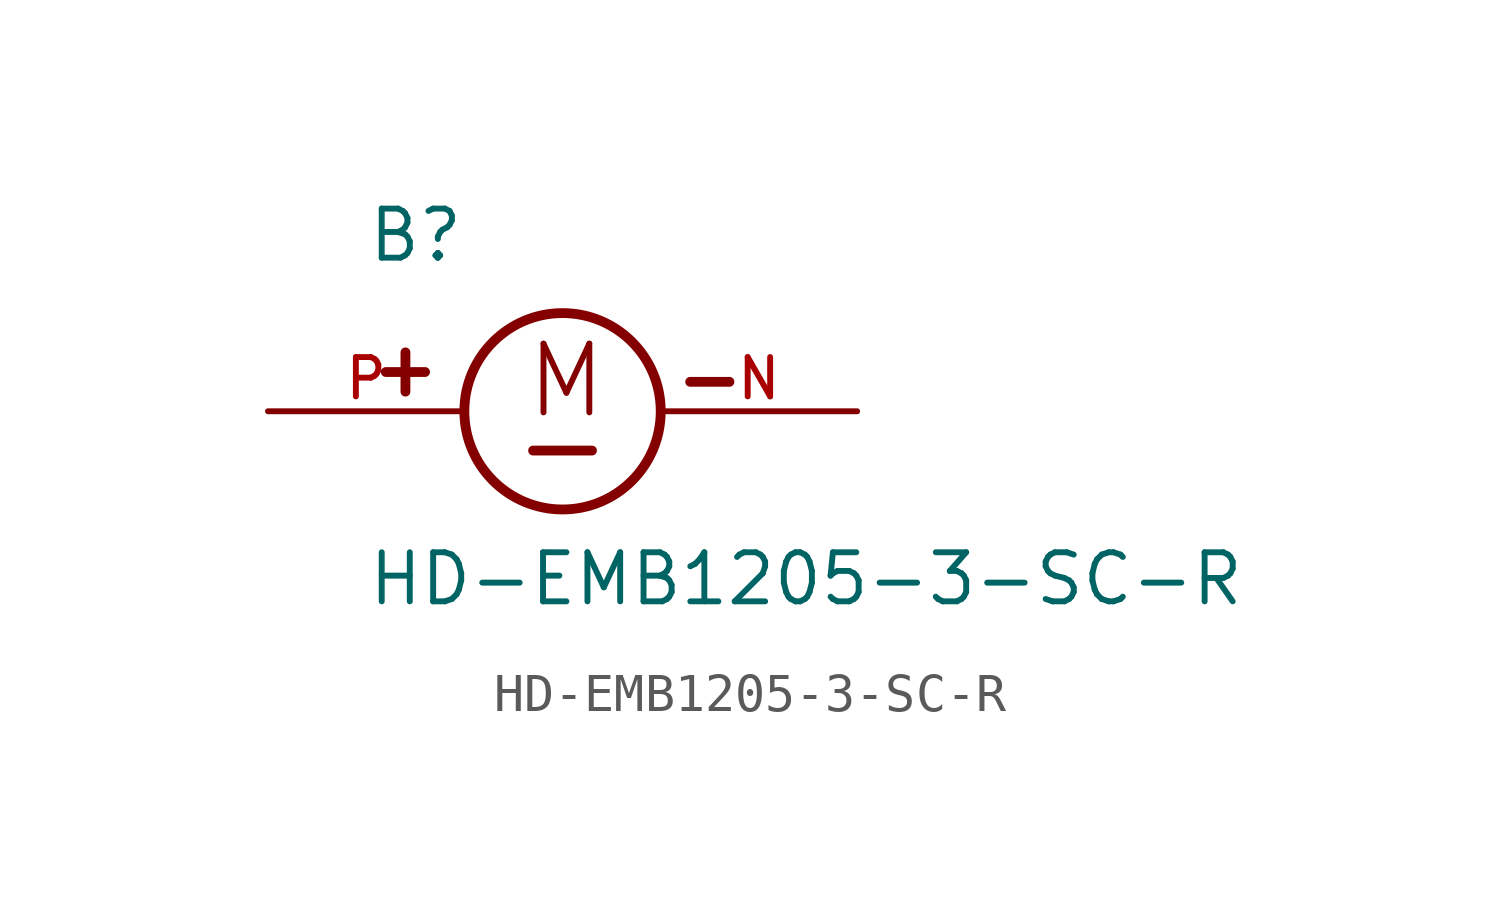
<source format=kicad_sym>
(kicad_symbol_lib
  (version 20211014)
  (generator kicad_symbol_editor)
  (symbol "HD-EMB1205-3-SC-R"
    (pin_names
      (offset 1.016))
    (property "Reference" "B"
      (at -5.08 3.81 0)
      (effects (font (size 1.27 1.27)) (justify bottom left)))
    (property "Value" "HD-EMB1205-3-SC-R"
      (at -5.08 -5.08 0)
      (effects (font (size 1.27 1.27)) (justify bottom left)))
    (symbol "HD-EMB1205-3-SC-R_0_0"
      (circle (center 0.0 0.0) (radius 2.54) (stroke (width 0.254)) (fill (type none)))
      (text "M" (at -1.016 -0.254 0) (effects (font (size 1.778 1.778)) (justify bottom left)))
      (polyline (pts (xy -0.762 -1.016) (xy 0.762 -1.016)) (stroke (width 0.254)))
      (polyline (pts (xy -4.064 1.524) (xy -4.064 0.508)) (stroke (width 0.254)))
      (polyline (pts (xy -4.572 1.016) (xy -3.556 1.016)) (stroke (width 0.254)))
      (polyline (pts (xy 3.302 0.762) (xy 4.318 0.762)) (stroke (width 0.254)))
      (pin passive line (at -7.62 0.0 0) (length 5.08) (name "~" (effects (font (size 1.016 1.016)))) (number "P" (effects (font (size 1.016 1.016)))))
      (pin passive line (at 7.62 0.0 180.0) (length 5.08) (name "~" (effects (font (size 1.016 1.016)))) (number "N" (effects (font (size 1.016 1.016))))))))
</source>
